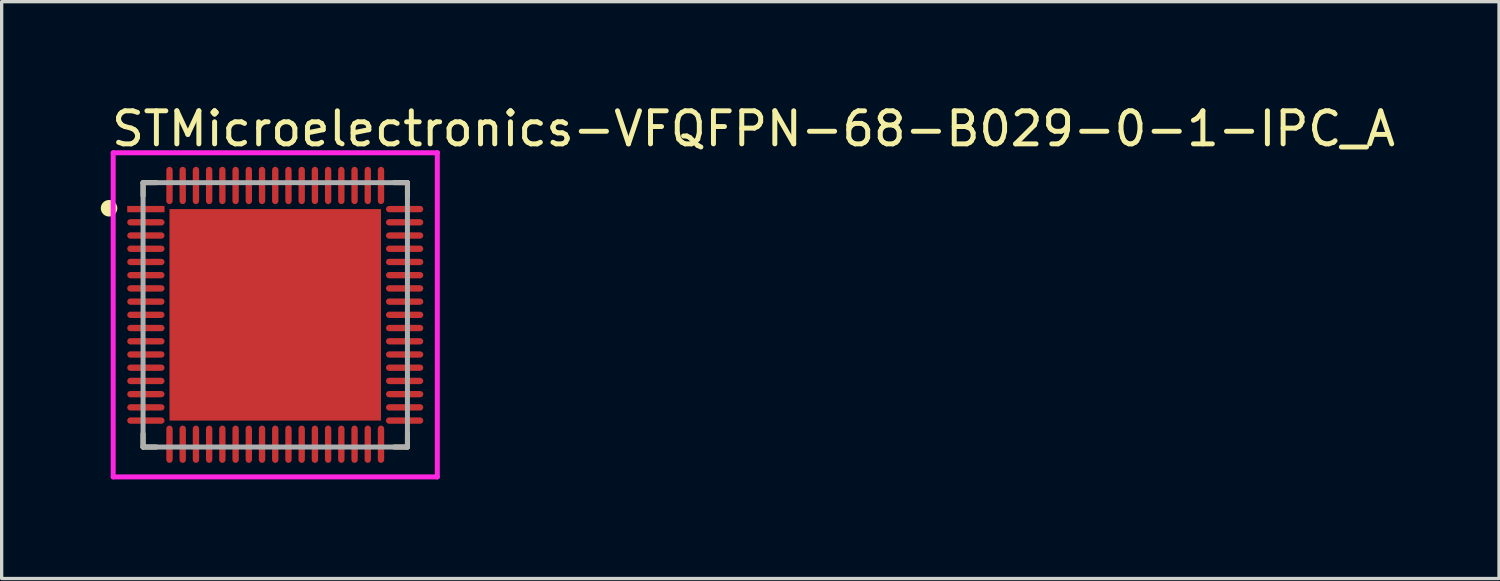
<source format=kicad_pcb>
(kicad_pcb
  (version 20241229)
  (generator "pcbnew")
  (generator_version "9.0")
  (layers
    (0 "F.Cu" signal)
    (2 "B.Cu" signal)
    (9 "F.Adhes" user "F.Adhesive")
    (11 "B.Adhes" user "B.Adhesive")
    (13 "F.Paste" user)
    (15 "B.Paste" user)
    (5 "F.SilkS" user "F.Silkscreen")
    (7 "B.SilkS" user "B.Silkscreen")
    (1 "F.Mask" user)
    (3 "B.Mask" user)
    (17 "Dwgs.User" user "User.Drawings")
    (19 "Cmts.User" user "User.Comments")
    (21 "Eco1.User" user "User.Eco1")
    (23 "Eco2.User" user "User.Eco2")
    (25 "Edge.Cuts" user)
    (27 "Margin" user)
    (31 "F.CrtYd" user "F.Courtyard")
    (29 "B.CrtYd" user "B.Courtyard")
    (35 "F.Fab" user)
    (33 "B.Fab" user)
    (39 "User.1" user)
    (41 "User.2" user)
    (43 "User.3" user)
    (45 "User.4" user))
  (footprint "STMicroelectronics-VFQFPN-68-B029-0-1-IPC_A"
    (layer "F.Cu")
    (at 5.279 6.477)
    (property "Reference" "STMicroelectronics-VFQFPN-68-B029-0-1-IPC_A" (at -5.029 -5.629 0) (layer "F.SilkS") (effects (font (size 1 1) (thickness 0.15)) (justify left)))
    (attr through_hole)
    (fp_line (start -4 -4) (end -4 -3.6) (stroke (width 0.15) (type solid)) (layer "F.SilkS"))
    (fp_line (start -4 4) (end -4 3.6) (stroke (width 0.15) (type solid)) (layer "F.SilkS"))
    (fp_line (start -3.6 -4) (end -4 -4) (stroke (width 0.15) (type solid)) (layer "F.SilkS"))
    (fp_line (start -3.6 4) (end -4 4) (stroke (width 0.15) (type solid)) (layer "F.SilkS"))
    (fp_line (start 3.6 -4) (end 4 -4) (stroke (width 0.15) (type solid)) (layer "F.SilkS"))
    (fp_line (start 3.6 4) (end 4 4) (stroke (width 0.15) (type solid)) (layer "F.SilkS"))
    (fp_line (start 4 -4) (end 4 -3.6) (stroke (width 0.15) (type solid)) (layer "F.SilkS"))
    (fp_line (start 4 4) (end 4 3.6) (stroke (width 0.15) (type solid)) (layer "F.SilkS"))
    (fp_circle (center -5.029 -3.225) (end -4.904 -3.225) (stroke (width 0.25) (type solid)) (fill no) (layer "F.SilkS"))
    (fp_poly (pts (xy -2.416 -2.416) (xy -0.392 -2.416) (xy -0.392 -0.392) (xy -2.416 -0.392)) (stroke (width 0) (type solid)) (fill yes) (layer "F.Paste"))
    (fp_poly (pts (xy -2.416 0.392) (xy -0.392 0.392) (xy -0.392 2.416) (xy -2.416 2.416)) (stroke (width 0) (type solid)) (fill yes) (layer "F.Paste"))
    (fp_poly (pts (xy 0.392 -2.416) (xy 2.416 -2.416) (xy 2.416 -0.392) (xy 0.392 -0.392)) (stroke (width 0) (type solid)) (fill yes) (layer "F.Paste"))
    (fp_poly (pts (xy 0.392 0.392) (xy 2.416 0.392) (xy 2.416 2.416) (xy 0.392 2.416)) (stroke (width 0) (type solid)) (fill yes) (layer "F.Paste"))
    (fp_line (start -4.904 -4.904) (end -4.904 4.904) (stroke (width 0.15) (type solid)) (layer "F.CrtYd"))
    (fp_line (start -4.904 4.904) (end 4.904 4.904) (stroke (width 0.15) (type solid)) (layer "F.CrtYd"))
    (fp_line (start 4.904 -4.904) (end -4.904 -4.904) (stroke (width 0.15) (type solid)) (layer "F.CrtYd"))
    (fp_line (start 4.904 -4.904) (end 4.904 -4.904) (stroke (width 0.15) (type solid)) (layer "F.CrtYd"))
    (fp_line (start 4.904 4.904) (end 4.904 -4.904) (stroke (width 0.15) (type solid)) (layer "F.CrtYd"))
    (fp_line (start -4 -4) (end 4 -4) (stroke (width 0.15) (type solid)) (layer "F.Fab"))
    (fp_line (start -4 4) (end -4 -4) (stroke (width 0.15) (type solid)) (layer "F.Fab"))
    (fp_line (start 4 -4) (end 4 4) (stroke (width 0.15) (type solid)) (layer "F.Fab"))
    (fp_line (start 4 4) (end -4 4) (stroke (width 0.15) (type solid)) (layer "F.Fab"))
    (pad "1" smd rect (at -3.915 -3.2) (size 1.129 0.192) (layers "F.Cu" "F.Mask" "F.Paste"))
    (pad "2" smd roundrect (at -3.915 -2.8) (size 1.129 0.192) (layers "F.Cu" "F.Mask" "F.Paste") (roundrect_rratio 0.5))
    (pad "3" smd roundrect (at -3.915 -2.4) (size 1.129 0.192) (layers "F.Cu" "F.Mask" "F.Paste") (roundrect_rratio 0.5))
    (pad "4" smd roundrect (at -3.915 -2) (size 1.129 0.192) (layers "F.Cu" "F.Mask" "F.Paste") (roundrect_rratio 0.5))
    (pad "5" smd roundrect (at -3.915 -1.6) (size 1.129 0.192) (layers "F.Cu" "F.Mask" "F.Paste") (roundrect_rratio 0.5))
    (pad "6" smd roundrect (at -3.915 -1.2) (size 1.129 0.192) (layers "F.Cu" "F.Mask" "F.Paste") (roundrect_rratio 0.5))
    (pad "7" smd roundrect (at -3.915 -0.8) (size 1.129 0.192) (layers "F.Cu" "F.Mask" "F.Paste") (roundrect_rratio 0.5))
    (pad "8" smd roundrect (at -3.915 -0.4) (size 1.129 0.192) (layers "F.Cu" "F.Mask" "F.Paste") (roundrect_rratio 0.5))
    (pad "9" smd roundrect (at -3.915 0) (size 1.129 0.192) (layers "F.Cu" "F.Mask" "F.Paste") (roundrect_rratio 0.5))
    (pad "10" smd roundrect (at -3.915 0.4) (size 1.129 0.192) (layers "F.Cu" "F.Mask" "F.Paste") (roundrect_rratio 0.5))
    (pad "11" smd roundrect (at -3.915 0.8) (size 1.129 0.192) (layers "F.Cu" "F.Mask" "F.Paste") (roundrect_rratio 0.5))
    (pad "12" smd roundrect (at -3.915 1.2) (size 1.129 0.192) (layers "F.Cu" "F.Mask" "F.Paste") (roundrect_rratio 0.5))
    (pad "13" smd roundrect (at -3.915 1.6) (size 1.129 0.192) (layers "F.Cu" "F.Mask" "F.Paste") (roundrect_rratio 0.5))
    (pad "14" smd roundrect (at -3.915 2) (size 1.129 0.192) (layers "F.Cu" "F.Mask" "F.Paste") (roundrect_rratio 0.5))
    (pad "15" smd roundrect (at -3.915 2.4) (size 1.129 0.192) (layers "F.Cu" "F.Mask" "F.Paste") (roundrect_rratio 0.5))
    (pad "16" smd roundrect (at -3.915 2.8) (size 1.129 0.192) (layers "F.Cu" "F.Mask" "F.Paste") (roundrect_rratio 0.5))
    (pad "17" smd roundrect (at -3.915 3.2) (size 1.129 0.192) (layers "F.Cu" "F.Mask" "F.Paste") (roundrect_rratio 0.5))
    (pad "18" smd roundrect (at -3.2 3.915) (size 0.192 1.129) (layers "F.Cu" "F.Mask" "F.Paste") (roundrect_rratio 0.5))
    (pad "19" smd roundrect (at -2.8 3.915) (size 0.192 1.129) (layers "F.Cu" "F.Mask" "F.Paste") (roundrect_rratio 0.5))
    (pad "20" smd roundrect (at -2.4 3.915) (size 0.192 1.129) (layers "F.Cu" "F.Mask" "F.Paste") (roundrect_rratio 0.5))
    (pad "21" smd roundrect (at -2 3.915) (size 0.192 1.129) (layers "F.Cu" "F.Mask" "F.Paste") (roundrect_rratio 0.5))
    (pad "22" smd roundrect (at -1.6 3.915) (size 0.192 1.129) (layers "F.Cu" "F.Mask" "F.Paste") (roundrect_rratio 0.5))
    (pad "23" smd roundrect (at -1.2 3.915) (size 0.192 1.129) (layers "F.Cu" "F.Mask" "F.Paste") (roundrect_rratio 0.5))
    (pad "24" smd roundrect (at -0.8 3.915) (size 0.192 1.129) (layers "F.Cu" "F.Mask" "F.Paste") (roundrect_rratio 0.5))
    (pad "25" smd roundrect (at -0.4 3.915) (size 0.192 1.129) (layers "F.Cu" "F.Mask" "F.Paste") (roundrect_rratio 0.5))
    (pad "26" smd roundrect (at 0 3.915) (size 0.192 1.129) (layers "F.Cu" "F.Mask" "F.Paste") (roundrect_rratio 0.5))
    (pad "27" smd roundrect (at 0.4 3.915) (size 0.192 1.129) (layers "F.Cu" "F.Mask" "F.Paste") (roundrect_rratio 0.5))
    (pad "28" smd roundrect (at 0.8 3.915) (size 0.192 1.129) (layers "F.Cu" "F.Mask" "F.Paste") (roundrect_rratio 0.5))
    (pad "29" smd roundrect (at 1.2 3.915) (size 0.192 1.129) (layers "F.Cu" "F.Mask" "F.Paste") (roundrect_rratio 0.5))
    (pad "30" smd roundrect (at 1.6 3.915) (size 0.192 1.129) (layers "F.Cu" "F.Mask" "F.Paste") (roundrect_rratio 0.5))
    (pad "31" smd roundrect (at 2 3.915) (size 0.192 1.129) (layers "F.Cu" "F.Mask" "F.Paste") (roundrect_rratio 0.5))
    (pad "32" smd roundrect (at 2.4 3.915) (size 0.192 1.129) (layers "F.Cu" "F.Mask" "F.Paste") (roundrect_rratio 0.5))
    (pad "33" smd roundrect (at 2.8 3.915) (size 0.192 1.129) (layers "F.Cu" "F.Mask" "F.Paste") (roundrect_rratio 0.5))
    (pad "34" smd roundrect (at 3.2 3.915) (size 0.192 1.129) (layers "F.Cu" "F.Mask" "F.Paste") (roundrect_rratio 0.5))
    (pad "35" smd roundrect (at 3.915 3.2) (size 1.129 0.192) (layers "F.Cu" "F.Mask" "F.Paste") (roundrect_rratio 0.5))
    (pad "36" smd roundrect (at 3.915 2.8) (size 1.129 0.192) (layers "F.Cu" "F.Mask" "F.Paste") (roundrect_rratio 0.5))
    (pad "37" smd roundrect (at 3.915 2.4) (size 1.129 0.192) (layers "F.Cu" "F.Mask" "F.Paste") (roundrect_rratio 0.5))
    (pad "38" smd roundrect (at 3.915 2) (size 1.129 0.192) (layers "F.Cu" "F.Mask" "F.Paste") (roundrect_rratio 0.5))
    (pad "39" smd roundrect (at 3.915 1.6) (size 1.129 0.192) (layers "F.Cu" "F.Mask" "F.Paste") (roundrect_rratio 0.5))
    (pad "40" smd roundrect (at 3.915 1.2) (size 1.129 0.192) (layers "F.Cu" "F.Mask" "F.Paste") (roundrect_rratio 0.5))
    (pad "41" smd roundrect (at 3.915 0.8) (size 1.129 0.192) (layers "F.Cu" "F.Mask" "F.Paste") (roundrect_rratio 0.5))
    (pad "42" smd roundrect (at 3.915 0.4) (size 1.129 0.192) (layers "F.Cu" "F.Mask" "F.Paste") (roundrect_rratio 0.5))
    (pad "43" smd roundrect (at 3.915 0) (size 1.129 0.192) (layers "F.Cu" "F.Mask" "F.Paste") (roundrect_rratio 0.5))
    (pad "44" smd roundrect (at 3.915 -0.4) (size 1.129 0.192) (layers "F.Cu" "F.Mask" "F.Paste") (roundrect_rratio 0.5))
    (pad "45" smd roundrect (at 3.915 -0.8) (size 1.129 0.192) (layers "F.Cu" "F.Mask" "F.Paste") (roundrect_rratio 0.5))
    (pad "46" smd roundrect (at 3.915 -1.2) (size 1.129 0.192) (layers "F.Cu" "F.Mask" "F.Paste") (roundrect_rratio 0.5))
    (pad "47" smd roundrect (at 3.915 -1.6) (size 1.129 0.192) (layers "F.Cu" "F.Mask" "F.Paste") (roundrect_rratio 0.5))
    (pad "48" smd roundrect (at 3.915 -2) (size 1.129 0.192) (layers "F.Cu" "F.Mask" "F.Paste") (roundrect_rratio 0.5))
    (pad "49" smd roundrect (at 3.915 -2.4) (size 1.129 0.192) (layers "F.Cu" "F.Mask" "F.Paste") (roundrect_rratio 0.5))
    (pad "50" smd roundrect (at 3.915 -2.8) (size 1.129 0.192) (layers "F.Cu" "F.Mask" "F.Paste") (roundrect_rratio 0.5))
    (pad "51" smd roundrect (at 3.915 -3.2) (size 1.129 0.192) (layers "F.Cu" "F.Mask" "F.Paste") (roundrect_rratio 0.5))
    (pad "52" smd roundrect (at 3.2 -3.915) (size 0.192 1.129) (layers "F.Cu" "F.Mask" "F.Paste") (roundrect_rratio 0.5))
    (pad "53" smd roundrect (at 2.8 -3.915) (size 0.192 1.129) (layers "F.Cu" "F.Mask" "F.Paste") (roundrect_rratio 0.5))
    (pad "54" smd roundrect (at 2.4 -3.915) (size 0.192 1.129) (layers "F.Cu" "F.Mask" "F.Paste") (roundrect_rratio 0.5))
    (pad "55" smd roundrect (at 2 -3.915) (size 0.192 1.129) (layers "F.Cu" "F.Mask" "F.Paste") (roundrect_rratio 0.5))
    (pad "56" smd roundrect (at 1.6 -3.915) (size 0.192 1.129) (layers "F.Cu" "F.Mask" "F.Paste") (roundrect_rratio 0.5))
    (pad "57" smd roundrect (at 1.2 -3.915) (size 0.192 1.129) (layers "F.Cu" "F.Mask" "F.Paste") (roundrect_rratio 0.5))
    (pad "58" smd roundrect (at 0.8 -3.915) (size 0.192 1.129) (layers "F.Cu" "F.Mask" "F.Paste") (roundrect_rratio 0.5))
    (pad "59" smd roundrect (at 0.4 -3.915) (size 0.192 1.129) (layers "F.Cu" "F.Mask" "F.Paste") (roundrect_rratio 0.5))
    (pad "60" smd roundrect (at 0 -3.915) (size 0.192 1.129) (layers "F.Cu" "F.Mask" "F.Paste") (roundrect_rratio 0.5))
    (pad "61" smd roundrect (at -0.4 -3.915) (size 0.192 1.129) (layers "F.Cu" "F.Mask" "F.Paste") (roundrect_rratio 0.5))
    (pad "62" smd roundrect (at -0.8 -3.915) (size 0.192 1.129) (layers "F.Cu" "F.Mask" "F.Paste") (roundrect_rratio 0.5))
    (pad "63" smd roundrect (at -1.2 -3.915) (size 0.192 1.129) (layers "F.Cu" "F.Mask" "F.Paste") (roundrect_rratio 0.5))
    (pad "64" smd roundrect (at -1.6 -3.915) (size 0.192 1.129) (layers "F.Cu" "F.Mask" "F.Paste") (roundrect_rratio 0.5))
    (pad "65" smd roundrect (at -2 -3.915) (size 0.192 1.129) (layers "F.Cu" "F.Mask" "F.Paste") (roundrect_rratio 0.5))
    (pad "66" smd roundrect (at -2.4 -3.915) (size 0.192 1.129) (layers "F.Cu" "F.Mask" "F.Paste") (roundrect_rratio 0.5))
    (pad "67" smd roundrect (at -2.8 -3.915) (size 0.192 1.129) (layers "F.Cu" "F.Mask" "F.Paste") (roundrect_rratio 0.5))
    (pad "68" smd roundrect (at -3.2 -3.915) (size 0.192 1.129) (layers "F.Cu" "F.Mask" "F.Paste") (roundrect_rratio 0.5))
    (pad "69" smd rect (at 0 0) (size 6.4 6.4) (layers "F.Cu" "F.Mask")))
  (gr_rect
    (start -3 -3)
    (end 42.31 14.456)
    (stroke (width 0.1) (type default))
    (fill no)
    (layer "Edge.Cuts")))
</source>
